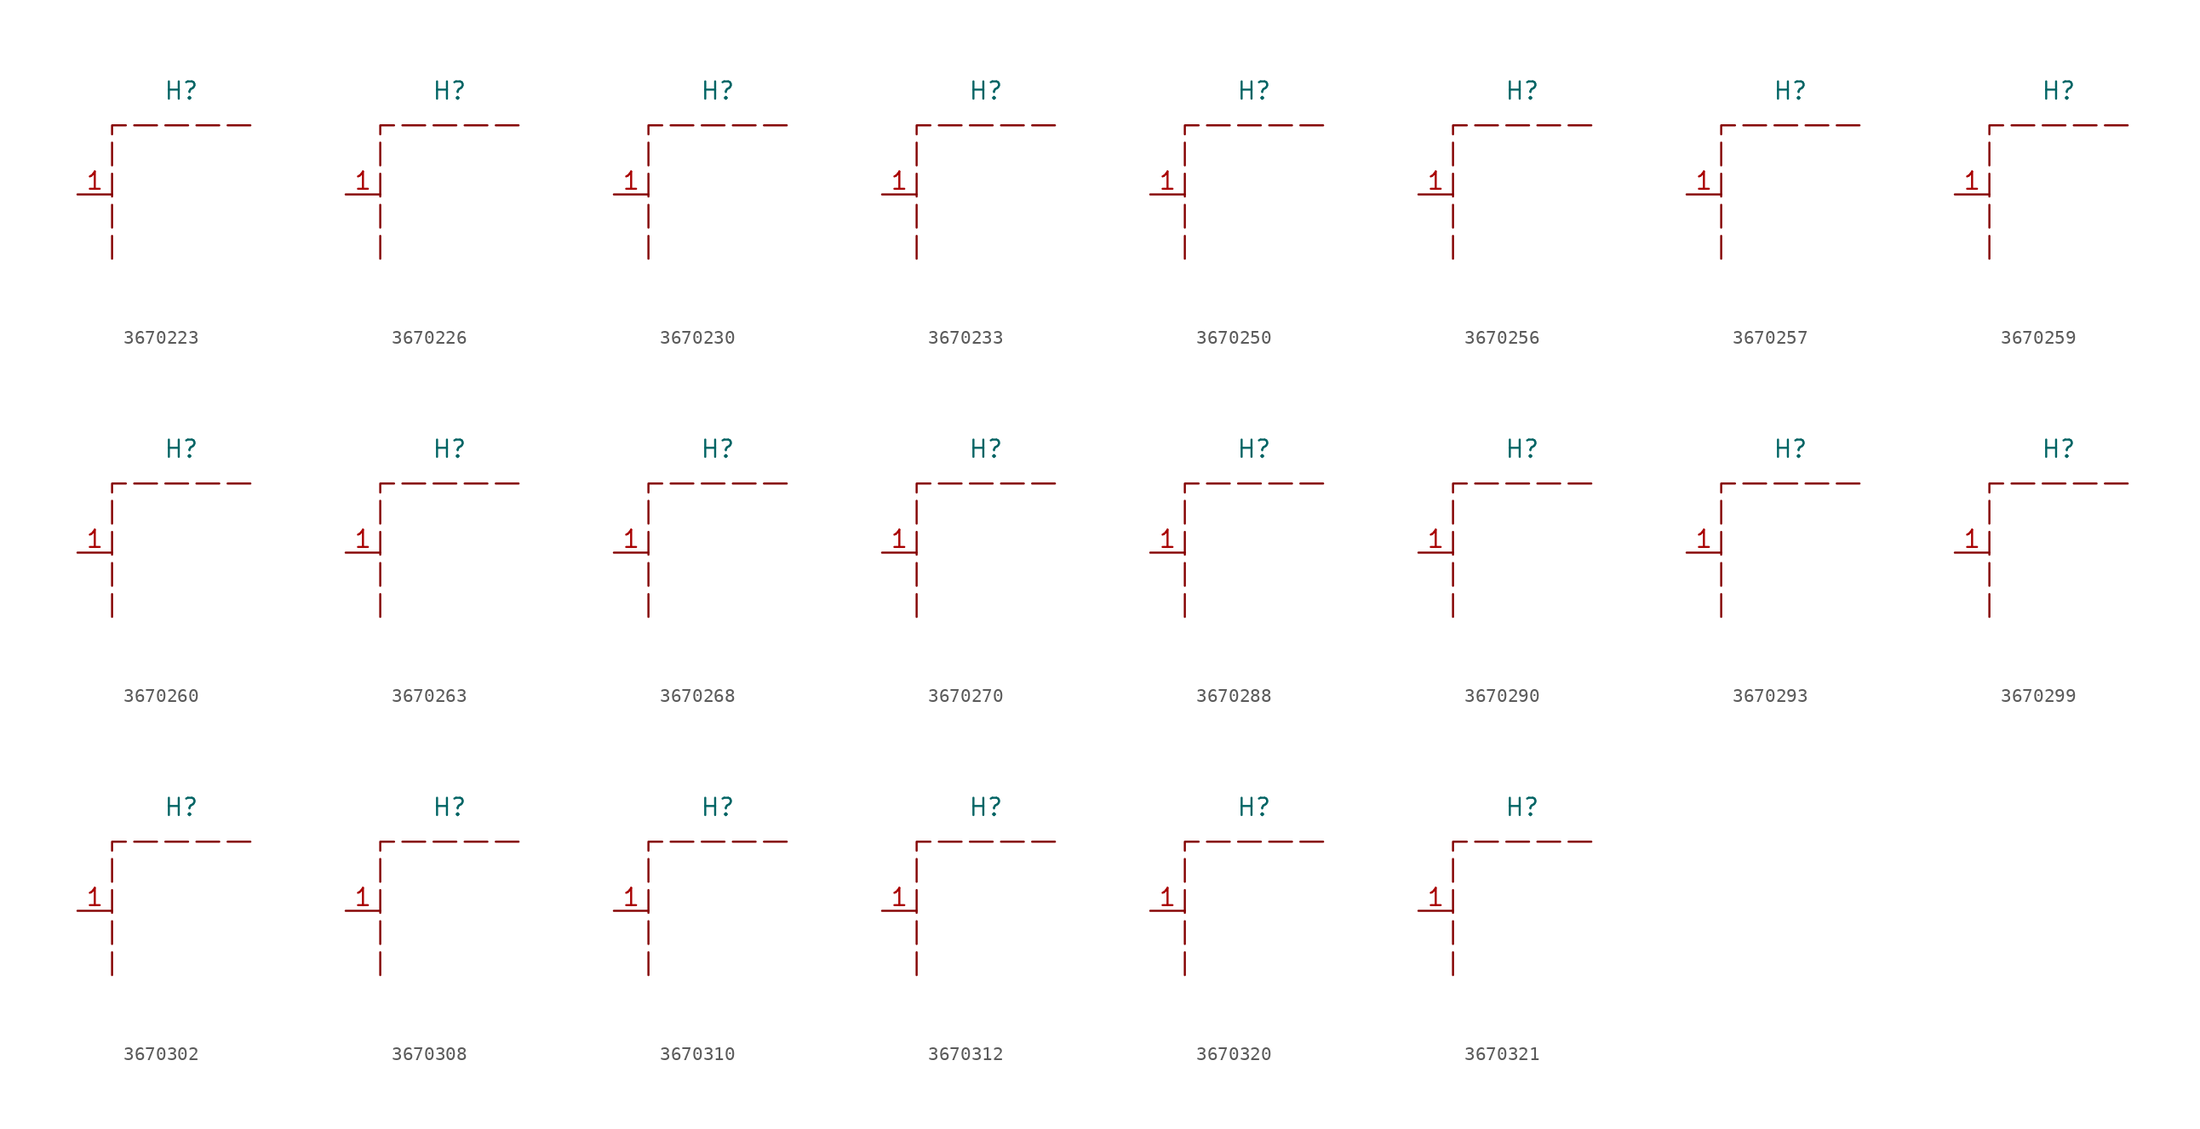
<source format=kicad_sym>
(kicad_symbol_lib
  (version 20220914)
  (generator kicad_symbol_editor)
  (symbol "3670223"
    (pin_names hide)
    (property "Reference" "H"
      (at 0 7.62 0)
      (effects (font (size 1.27 1.27))))
    (property "Critical Parameter" ""
      (at 0 -7.62 0)
      (effects (font (size 1.27 1.27))))
    (symbol "3670223_1_1"
      (polyline (pts (xy 5.08 5.08) (xy -5.08 5.08) (xy -5.08 -5.08)) (stroke (width 0) (type dash)) (fill (type none)))
      (pin power_in line (at -7.62 0 0) (length 2.54) (name "GND" (effects (font (size 1.27 1.27)))) (number "1" (effects (font (size 1.27 1.27)))))))
  (symbol "3670226"
    (pin_names hide)
    (property "Reference" "H"
      (at 0 7.62 0)
      (effects (font (size 1.27 1.27))))
    (property "Critical Parameter" ""
      (at 0 -7.62 0)
      (effects (font (size 1.27 1.27))))
    (symbol "3670226_1_1"
      (polyline (pts (xy 5.08 5.08) (xy -5.08 5.08) (xy -5.08 -5.08)) (stroke (width 0) (type dash)) (fill (type none)))
      (pin power_in line (at -7.62 0 0) (length 2.54) (name "GND" (effects (font (size 1.27 1.27)))) (number "1" (effects (font (size 1.27 1.27)))))))
  (symbol "3670230"
    (pin_names hide)
    (property "Reference" "H"
      (at 0 7.62 0)
      (effects (font (size 1.27 1.27))))
    (property "Critical Parameter" ""
      (at 0 -7.62 0)
      (effects (font (size 1.27 1.27))))
    (symbol "3670230_1_1"
      (polyline (pts (xy 5.08 5.08) (xy -5.08 5.08) (xy -5.08 -5.08)) (stroke (width 0) (type dash)) (fill (type none)))
      (pin power_in line (at -7.62 0 0) (length 2.54) (name "GND" (effects (font (size 1.27 1.27)))) (number "1" (effects (font (size 1.27 1.27)))))))
  (symbol "3670233"
    (pin_names hide)
    (property "Reference" "H"
      (at 0 7.62 0)
      (effects (font (size 1.27 1.27))))
    (property "Critical Parameter" ""
      (at 0 -7.62 0)
      (effects (font (size 1.27 1.27))))
    (symbol "3670233_1_1"
      (polyline (pts (xy 5.08 5.08) (xy -5.08 5.08) (xy -5.08 -5.08)) (stroke (width 0) (type dash)) (fill (type none)))
      (pin power_in line (at -7.62 0 0) (length 2.54) (name "GND" (effects (font (size 1.27 1.27)))) (number "1" (effects (font (size 1.27 1.27)))))))
  (symbol "3670250"
    (pin_names hide)
    (property "Reference" "H"
      (at 0 7.62 0)
      (effects (font (size 1.27 1.27))))
    (property "Critical Parameter" ""
      (at 0 -7.62 0)
      (effects (font (size 1.27 1.27))))
    (symbol "3670250_1_1"
      (polyline (pts (xy 5.08 5.08) (xy -5.08 5.08) (xy -5.08 -5.08)) (stroke (width 0) (type dash)) (fill (type none)))
      (pin power_in line (at -7.62 0 0) (length 2.54) (name "GND" (effects (font (size 1.27 1.27)))) (number "1" (effects (font (size 1.27 1.27)))))))
  (symbol "3670256"
    (pin_names hide)
    (property "Reference" "H"
      (at 0 7.62 0)
      (effects (font (size 1.27 1.27))))
    (property "Critical Parameter" ""
      (at 0 -7.62 0)
      (effects (font (size 1.27 1.27))))
    (symbol "3670256_1_1"
      (polyline (pts (xy 5.08 5.08) (xy -5.08 5.08) (xy -5.08 -5.08)) (stroke (width 0) (type dash)) (fill (type none)))
      (pin power_in line (at -7.62 0 0) (length 2.54) (name "GND" (effects (font (size 1.27 1.27)))) (number "1" (effects (font (size 1.27 1.27)))))))
  (symbol "3670257"
    (pin_names hide)
    (property "Reference" "H"
      (at 0 7.62 0)
      (effects (font (size 1.27 1.27))))
    (property "Critical Parameter" ""
      (at 0 -7.62 0)
      (effects (font (size 1.27 1.27))))
    (symbol "3670257_1_1"
      (polyline (pts (xy 5.08 5.08) (xy -5.08 5.08) (xy -5.08 -5.08)) (stroke (width 0) (type dash)) (fill (type none)))
      (pin power_in line (at -7.62 0 0) (length 2.54) (name "GND" (effects (font (size 1.27 1.27)))) (number "1" (effects (font (size 1.27 1.27)))))))
  (symbol "3670259"
    (pin_names hide)
    (property "Reference" "H"
      (at 0 7.62 0)
      (effects (font (size 1.27 1.27))))
    (property "Critical Parameter" ""
      (at 0 -7.62 0)
      (effects (font (size 1.27 1.27))))
    (symbol "3670259_1_1"
      (polyline (pts (xy 5.08 5.08) (xy -5.08 5.08) (xy -5.08 -5.08)) (stroke (width 0) (type dash)) (fill (type none)))
      (pin power_in line (at -7.62 0 0) (length 2.54) (name "GND" (effects (font (size 1.27 1.27)))) (number "1" (effects (font (size 1.27 1.27)))))))
  (symbol "3670260"
    (pin_names hide)
    (property "Reference" "H"
      (at 0 7.62 0)
      (effects (font (size 1.27 1.27))))
    (property "Critical Parameter" ""
      (at 0 -7.62 0)
      (effects (font (size 1.27 1.27))))
    (symbol "3670260_1_1"
      (polyline (pts (xy 5.08 5.08) (xy -5.08 5.08) (xy -5.08 -5.08)) (stroke (width 0) (type dash)) (fill (type none)))
      (pin power_in line (at -7.62 0 0) (length 2.54) (name "GND" (effects (font (size 1.27 1.27)))) (number "1" (effects (font (size 1.27 1.27)))))))
  (symbol "3670263"
    (pin_names hide)
    (property "Reference" "H"
      (at 0 7.62 0)
      (effects (font (size 1.27 1.27))))
    (property "Critical Parameter" ""
      (at 0 -7.62 0)
      (effects (font (size 1.27 1.27))))
    (symbol "3670263_1_1"
      (polyline (pts (xy 5.08 5.08) (xy -5.08 5.08) (xy -5.08 -5.08)) (stroke (width 0) (type dash)) (fill (type none)))
      (pin power_in line (at -7.62 0 0) (length 2.54) (name "GND" (effects (font (size 1.27 1.27)))) (number "1" (effects (font (size 1.27 1.27)))))))
  (symbol "3670268"
    (pin_names hide)
    (property "Reference" "H"
      (at 0 7.62 0)
      (effects (font (size 1.27 1.27))))
    (property "Critical Parameter" ""
      (at 0 -7.62 0)
      (effects (font (size 1.27 1.27))))
    (symbol "3670268_1_1"
      (polyline (pts (xy 5.08 5.08) (xy -5.08 5.08) (xy -5.08 -5.08)) (stroke (width 0) (type dash)) (fill (type none)))
      (pin power_in line (at -7.62 0 0) (length 2.54) (name "GND" (effects (font (size 1.27 1.27)))) (number "1" (effects (font (size 1.27 1.27)))))))
  (symbol "3670270"
    (pin_names hide)
    (property "Reference" "H"
      (at 0 7.62 0)
      (effects (font (size 1.27 1.27))))
    (property "Critical Parameter" ""
      (at 0 -7.62 0)
      (effects (font (size 1.27 1.27))))
    (symbol "3670270_1_1"
      (polyline (pts (xy 5.08 5.08) (xy -5.08 5.08) (xy -5.08 -5.08)) (stroke (width 0) (type dash)) (fill (type none)))
      (pin power_in line (at -7.62 0 0) (length 2.54) (name "GND" (effects (font (size 1.27 1.27)))) (number "1" (effects (font (size 1.27 1.27)))))))
  (symbol "3670288"
    (pin_names hide)
    (property "Reference" "H"
      (at 0 7.62 0)
      (effects (font (size 1.27 1.27))))
    (property "Critical Parameter" ""
      (at 0 -7.62 0)
      (effects (font (size 1.27 1.27))))
    (symbol "3670288_1_1"
      (polyline (pts (xy 5.08 5.08) (xy -5.08 5.08) (xy -5.08 -5.08)) (stroke (width 0) (type dash)) (fill (type none)))
      (pin power_in line (at -7.62 0 0) (length 2.54) (name "GND" (effects (font (size 1.27 1.27)))) (number "1" (effects (font (size 1.27 1.27)))))))
  (symbol "3670290"
    (pin_names hide)
    (property "Reference" "H"
      (at 0 7.62 0)
      (effects (font (size 1.27 1.27))))
    (property "Critical Parameter" ""
      (at 0 -7.62 0)
      (effects (font (size 1.27 1.27))))
    (symbol "3670290_1_1"
      (polyline (pts (xy 5.08 5.08) (xy -5.08 5.08) (xy -5.08 -5.08)) (stroke (width 0) (type dash)) (fill (type none)))
      (pin power_in line (at -7.62 0 0) (length 2.54) (name "GND" (effects (font (size 1.27 1.27)))) (number "1" (effects (font (size 1.27 1.27)))))))
  (symbol "3670293"
    (pin_names hide)
    (property "Reference" "H"
      (at 0 7.62 0)
      (effects (font (size 1.27 1.27))))
    (property "Critical Parameter" ""
      (at 0 -7.62 0)
      (effects (font (size 1.27 1.27))))
    (symbol "3670293_1_1"
      (polyline (pts (xy 5.08 5.08) (xy -5.08 5.08) (xy -5.08 -5.08)) (stroke (width 0) (type dash)) (fill (type none)))
      (pin power_in line (at -7.62 0 0) (length 2.54) (name "GND" (effects (font (size 1.27 1.27)))) (number "1" (effects (font (size 1.27 1.27)))))))
  (symbol "3670299"
    (pin_names hide)
    (property "Reference" "H"
      (at 0 7.62 0)
      (effects (font (size 1.27 1.27))))
    (property "Critical Parameter" ""
      (at 0 -7.62 0)
      (effects (font (size 1.27 1.27))))
    (symbol "3670299_1_1"
      (polyline (pts (xy 5.08 5.08) (xy -5.08 5.08) (xy -5.08 -5.08)) (stroke (width 0) (type dash)) (fill (type none)))
      (pin power_in line (at -7.62 0 0) (length 2.54) (name "GND" (effects (font (size 1.27 1.27)))) (number "1" (effects (font (size 1.27 1.27)))))))
  (symbol "3670302"
    (pin_names hide)
    (property "Reference" "H"
      (at 0 7.62 0)
      (effects (font (size 1.27 1.27))))
    (property "Critical Parameter" ""
      (at 0 -7.62 0)
      (effects (font (size 1.27 1.27))))
    (symbol "3670302_1_1"
      (polyline (pts (xy 5.08 5.08) (xy -5.08 5.08) (xy -5.08 -5.08)) (stroke (width 0) (type dash)) (fill (type none)))
      (pin power_in line (at -7.62 0 0) (length 2.54) (name "GND" (effects (font (size 1.27 1.27)))) (number "1" (effects (font (size 1.27 1.27)))))))
  (symbol "3670308"
    (pin_names hide)
    (property "Reference" "H"
      (at 0 7.62 0)
      (effects (font (size 1.27 1.27))))
    (property "Critical Parameter" ""
      (at 0 -7.62 0)
      (effects (font (size 1.27 1.27))))
    (symbol "3670308_1_1"
      (polyline (pts (xy 5.08 5.08) (xy -5.08 5.08) (xy -5.08 -5.08)) (stroke (width 0) (type dash)) (fill (type none)))
      (pin power_in line (at -7.62 0 0) (length 2.54) (name "GND" (effects (font (size 1.27 1.27)))) (number "1" (effects (font (size 1.27 1.27)))))))
  (symbol "3670310"
    (pin_names hide)
    (property "Reference" "H"
      (at 0 7.62 0)
      (effects (font (size 1.27 1.27))))
    (property "Critical Parameter" ""
      (at 0 -7.62 0)
      (effects (font (size 1.27 1.27))))
    (symbol "3670310_1_1"
      (polyline (pts (xy 5.08 5.08) (xy -5.08 5.08) (xy -5.08 -5.08)) (stroke (width 0) (type dash)) (fill (type none)))
      (pin power_in line (at -7.62 0 0) (length 2.54) (name "GND" (effects (font (size 1.27 1.27)))) (number "1" (effects (font (size 1.27 1.27)))))))
  (symbol "3670312"
    (pin_names hide)
    (property "Reference" "H"
      (at 0 7.62 0)
      (effects (font (size 1.27 1.27))))
    (property "Critical Parameter" ""
      (at 0 -7.62 0)
      (effects (font (size 1.27 1.27))))
    (symbol "3670312_1_1"
      (polyline (pts (xy 5.08 5.08) (xy -5.08 5.08) (xy -5.08 -5.08)) (stroke (width 0) (type dash)) (fill (type none)))
      (pin power_in line (at -7.62 0 0) (length 2.54) (name "GND" (effects (font (size 1.27 1.27)))) (number "1" (effects (font (size 1.27 1.27)))))))
  (symbol "3670320"
    (pin_names hide)
    (property "Reference" "H"
      (at 0 7.62 0)
      (effects (font (size 1.27 1.27))))
    (property "Critical Parameter" ""
      (at 0 -7.62 0)
      (effects (font (size 1.27 1.27))))
    (symbol "3670320_1_1"
      (polyline (pts (xy 5.08 5.08) (xy -5.08 5.08) (xy -5.08 -5.08)) (stroke (width 0) (type dash)) (fill (type none)))
      (pin power_in line (at -7.62 0 0) (length 2.54) (name "GND" (effects (font (size 1.27 1.27)))) (number "1" (effects (font (size 1.27 1.27)))))))
  (symbol "3670321"
    (pin_names hide)
    (property "Reference" "H"
      (at 0 7.62 0)
      (effects (font (size 1.27 1.27))))
    (property "Critical Parameter" ""
      (at 0 -7.62 0)
      (effects (font (size 1.27 1.27))))
    (symbol "3670321_1_1"
      (polyline (pts (xy 5.08 5.08) (xy -5.08 5.08) (xy -5.08 -5.08)) (stroke (width 0) (type dash)) (fill (type none)))
      (pin power_in line (at -7.62 0 0) (length 2.54) (name "GND" (effects (font (size 1.27 1.27)))) (number "1" (effects (font (size 1.27 1.27))))))))
</source>
